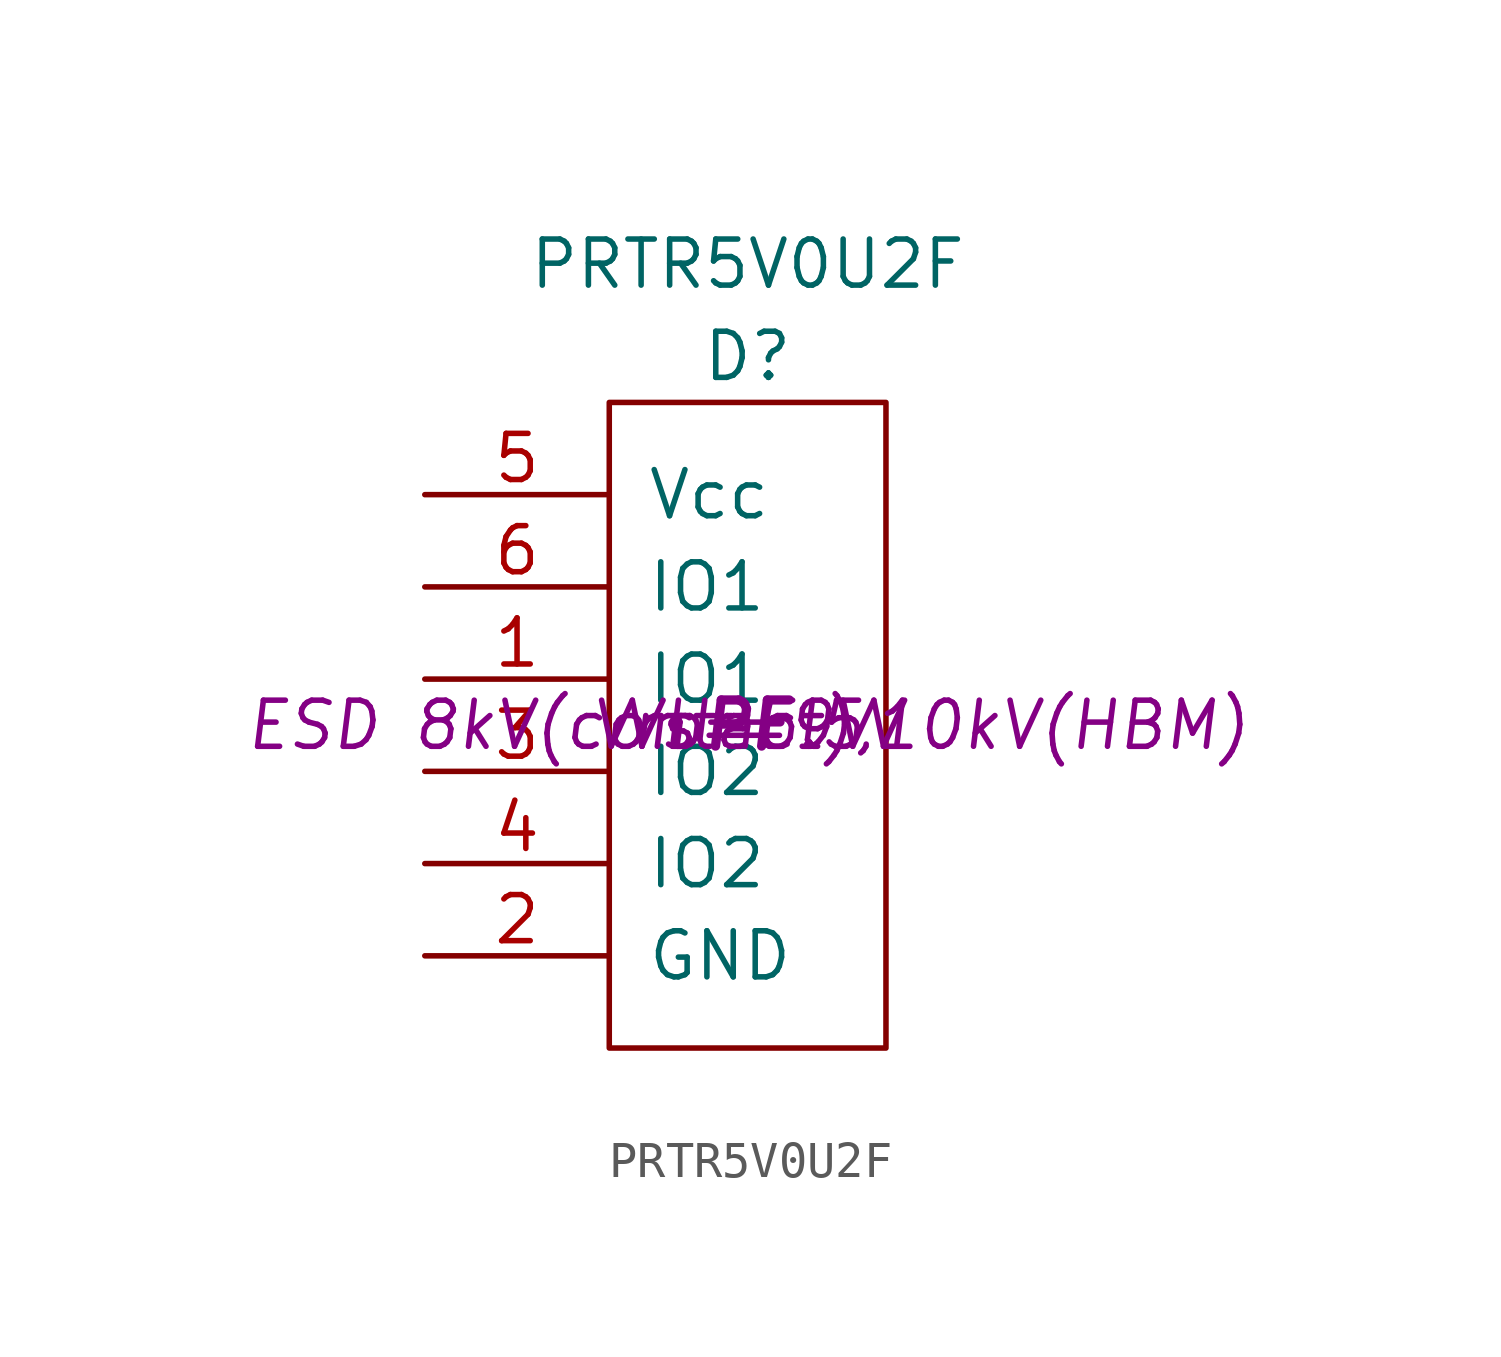
<source format=kicad_sym>
(kicad_symbol_lib
  (version 20211014)
  (generator kicad_symbol_editor)
  (symbol "PRTR5V0U2F"
    (pin_names
      (offset 1.016))
    (property "Reference" "D"
      (at 0 10.16 0)
      (effects (font (size 1.27 1.27))))
    (property "Value" "PRTR5V0U2F"
      (at 0 12.7 0)
      (effects (font (size 1.27 1.27))))
    (property "Mark" "PF"
      (at 0 0 0)
      (effects (font (size 1.27 1.27) bold italic)))
    (property "Vrs" "Vrs=5.5V"
      (at 0 0 0)
      (effects (font (size 1.27 1.27) italic)))
    (property "Vbr" "Vbr=9V"
      (at 0 0 0)
      (effects (font (size 1.27 1.27) italic)))
    (property "ESD" "ESD 8kV(contact),10kV(HBM)"
      (at 0 0 0)
      (effects (font (size 1.27 1.27) italic)))
    (symbol "PRTR5V0U2F_0_1"
      (rectangle (start -3.81 8.89) (end 3.81 -8.89) (stroke (width 0) (type default) (color 0 0 0 0)) (fill (type none))))
    (symbol "PRTR5V0U2F_1_1"
      (pin passive line (at -8.89 1.27 0) (length 5.08) (name "IO1" (effects (font (size 1.27 1.27)))) (number "1" (effects (font (size 1.27 1.27)))))
      (pin passive line (at -8.89 -6.35 0) (length 5.08) (name "GND" (effects (font (size 1.27 1.27)))) (number "2" (effects (font (size 1.27 1.27)))))
      (pin passive line (at -8.89 -1.27 0) (length 5.08) (name "IO2" (effects (font (size 1.27 1.27)))) (number "3" (effects (font (size 1.27 1.27)))))
      (pin passive line (at -8.89 -3.81 0) (length 5.08) (name "IO2" (effects (font (size 1.27 1.27)))) (number "4" (effects (font (size 1.27 1.27)))))
      (pin passive line (at -8.89 6.35 0) (length 5.08) (name "Vcc" (effects (font (size 1.27 1.27)))) (number "5" (effects (font (size 1.27 1.27)))))
      (pin passive line (at -8.89 3.81 0) (length 5.08) (name "IO1" (effects (font (size 1.27 1.27)))) (number "6" (effects (font (size 1.27 1.27))))))))
</source>
